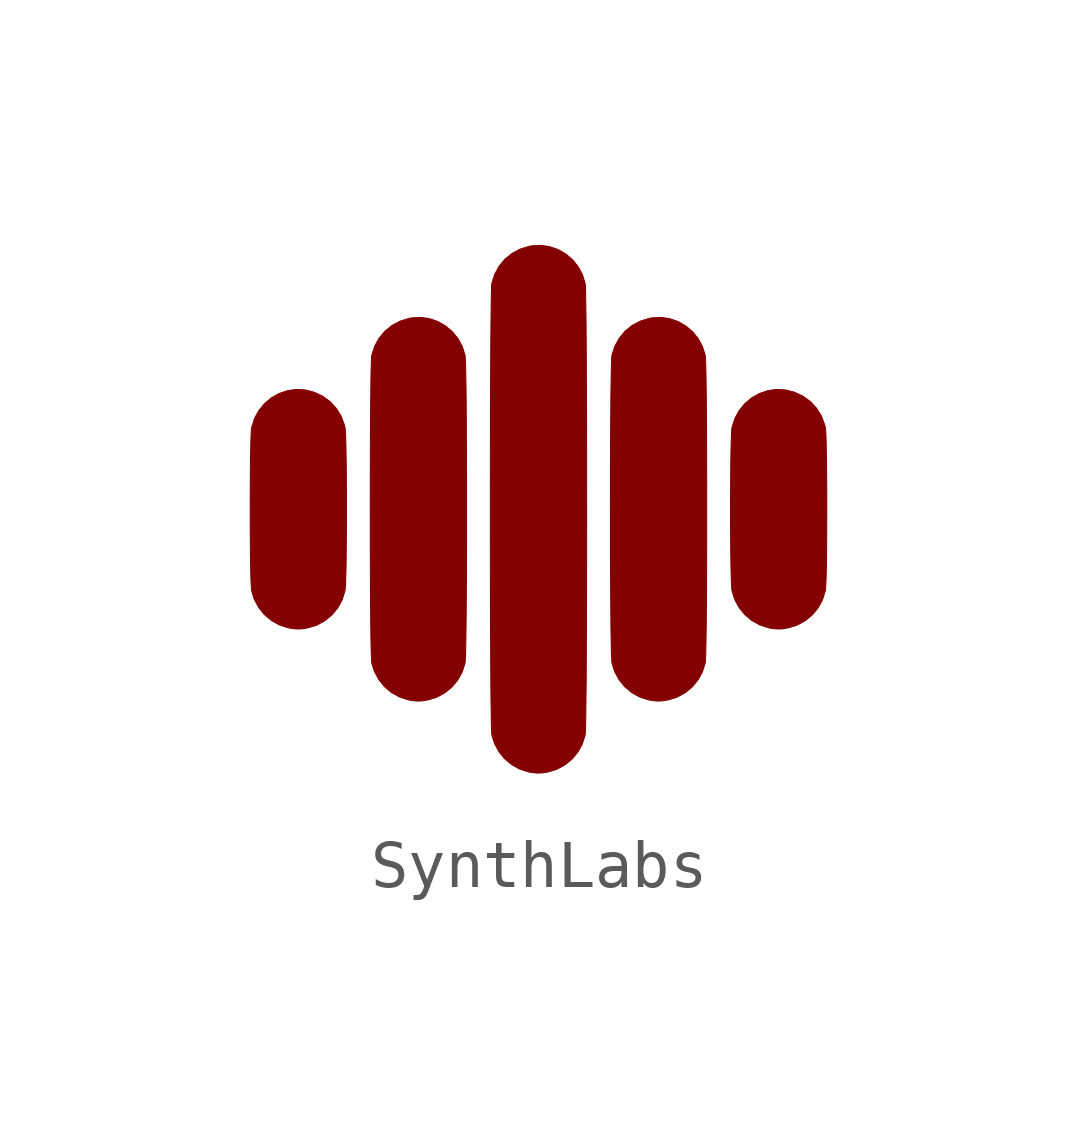
<source format=kicad_sym>
(kicad_symbol_lib
  (version 20211014)
  (generator kicad_symbol_editor)
  (symbol "SynthLabs"
    (pin_names
      (offset 1.016))
    (property "Reference" "#G"
      (at 0 9.365 0)
      (effects (font (size 1.27 1.27)) hide))
    (symbol "SynthLabs_0_0"
      (polyline (pts (xy -4.927 -2.493) (xy -4.798 -2.471) (xy -4.622 -2.417) (xy -4.452 -2.326) (xy -4.303 -2.205) (xy -4.181 -2.058) (xy -4.088 -1.89) (xy -4.029 -1.702) (xy -4.026 -1.68) (xy -4.02 -1.611) (xy -4.015 -1.508) (xy -4.011 -1.376) (xy -4.007 -1.217) (xy -4.004 -1.036) (xy -4.002 -0.836) (xy -4 -0.623) (xy -3.999 -0.398) (xy -3.998 -0.167) (xy -3.998 0.067) (xy -3.998 0.299) (xy -3.999 0.527) (xy -4.001 0.746) (xy -4.003 0.952) (xy -4.006 1.141) (xy -4.009 1.31) (xy -4.013 1.455) (xy -4.018 1.571) (xy -4.023 1.655) (xy -4.029 1.702) (xy -4.041 1.753) (xy -4.109 1.936) (xy -4.21 2.099) (xy -4.338 2.238) (xy -4.492 2.351) (xy -4.668 2.434) (xy -4.86 2.482) (xy -5.047 2.493) (xy -5.231 2.466) (xy -5.405 2.406) (xy -5.565 2.315) (xy -5.705 2.196) (xy -5.823 2.052) (xy -5.913 1.887) (xy -5.971 1.702) (xy -5.975 1.68) (xy -5.98 1.611) (xy -5.985 1.508) (xy -5.989 1.376) (xy -5.993 1.217) (xy -5.996 1.036) (xy -5.998 0.837) (xy -6 0.623) (xy -6.001 0.398) (xy -6.002 0.167) (xy -6.002 -0.067) (xy -6.002 -0.299) (xy -6.001 -0.527) (xy -5.999 -0.746) (xy -5.997 -0.952) (xy -5.994 -1.141) (xy -5.991 -1.31) (xy -5.987 -1.455) (xy -5.982 -1.571) (xy -5.977 -1.655) (xy -5.971 -1.702) (xy -5.917 -1.877) (xy -5.827 -2.046) (xy -5.707 -2.194) (xy -5.562 -2.317) (xy -5.396 -2.41) (xy -5.212 -2.47) (xy -5.162 -2.48) (xy -5.041 -2.495) (xy -4.927 -2.493)) (stroke (width 0.01) (type default) (color 0 0 0 0)) (fill (type outline)))
      (polyline (pts (xy 5.073 -2.493) (xy 5.202 -2.471) (xy 5.378 -2.417) (xy 5.548 -2.326) (xy 5.697 -2.205) (xy 5.819 -2.058) (xy 5.912 -1.89) (xy 5.971 -1.702) (xy 5.974 -1.68) (xy 5.98 -1.611) (xy 5.985 -1.508) (xy 5.989 -1.376) (xy 5.993 -1.217) (xy 5.996 -1.036) (xy 5.998 -0.836) (xy 6 -0.623) (xy 6.001 -0.398) (xy 6.002 -0.167) (xy 6.002 0.067) (xy 6.002 0.299) (xy 6.001 0.527) (xy 5.999 0.746) (xy 5.997 0.952) (xy 5.994 1.141) (xy 5.991 1.31) (xy 5.987 1.455) (xy 5.982 1.571) (xy 5.977 1.655) (xy 5.971 1.702) (xy 5.959 1.753) (xy 5.891 1.936) (xy 5.79 2.099) (xy 5.662 2.238) (xy 5.508 2.351) (xy 5.332 2.434) (xy 5.14 2.482) (xy 4.953 2.493) (xy 4.769 2.466) (xy 4.595 2.406) (xy 4.435 2.315) (xy 4.295 2.196) (xy 4.177 2.052) (xy 4.087 1.887) (xy 4.029 1.702) (xy 4.025 1.68) (xy 4.02 1.611) (xy 4.015 1.508) (xy 4.011 1.376) (xy 4.007 1.217) (xy 4.004 1.036) (xy 4.002 0.837) (xy 4 0.623) (xy 3.999 0.398) (xy 3.998 0.167) (xy 3.998 -0.067) (xy 3.998 -0.299) (xy 3.999 -0.527) (xy 4.001 -0.746) (xy 4.003 -0.952) (xy 4.006 -1.141) (xy 4.009 -1.31) (xy 4.013 -1.455) (xy 4.018 -1.571) (xy 4.023 -1.655) (xy 4.029 -1.702) (xy 4.083 -1.877) (xy 4.173 -2.046) (xy 4.293 -2.194) (xy 4.438 -2.317) (xy 4.604 -2.41) (xy 4.788 -2.47) (xy 4.838 -2.48) (xy 4.959 -2.495) (xy 5.073 -2.493)) (stroke (width 0.01) (type default) (color 0 0 0 0)) (fill (type outline)))
      (polyline (pts (xy -2.427 -3.993) (xy -2.298 -3.971) (xy -2.122 -3.917) (xy -1.952 -3.826) (xy -1.803 -3.705) (xy -1.681 -3.558) (xy -1.588 -3.39) (xy -1.529 -3.202) (xy -1.527 -3.186) (xy -1.523 -3.127) (xy -1.519 -3.031) (xy -1.516 -2.902) (xy -1.512 -2.743) (xy -1.51 -2.556) (xy -1.507 -2.345) (xy -1.505 -2.11) (xy -1.503 -1.857) (xy -1.501 -1.586) (xy -1.5 -1.301) (xy -1.499 -1.005) (xy -1.498 -0.7) (xy -1.498 -0.389) (xy -1.498 -0.074) (xy -1.498 0.241) (xy -1.498 0.554) (xy -1.499 0.862) (xy -1.5 1.163) (xy -1.501 1.454) (xy -1.502 1.731) (xy -1.504 1.993) (xy -1.506 2.237) (xy -1.508 2.46) (xy -1.511 2.659) (xy -1.514 2.831) (xy -1.517 2.975) (xy -1.521 3.086) (xy -1.525 3.163) (xy -1.529 3.203) (xy -1.586 3.384) (xy -1.675 3.55) (xy -1.792 3.694) (xy -1.933 3.813) (xy -2.092 3.905) (xy -2.266 3.966) (xy -2.45 3.992) (xy -2.64 3.982) (xy -2.691 3.973) (xy -2.88 3.915) (xy -3.05 3.825) (xy -3.197 3.705) (xy -3.319 3.559) (xy -3.412 3.39) (xy -3.471 3.203) (xy -3.474 3.186) (xy -3.477 3.127) (xy -3.481 3.031) (xy -3.485 2.902) (xy -3.488 2.743) (xy -3.49 2.557) (xy -3.493 2.345) (xy -3.495 2.11) (xy -3.497 1.857) (xy -3.499 1.586) (xy -3.5 1.301) (xy -3.501 1.005) (xy -3.502 0.7) (xy -3.502 0.389) (xy -3.503 0.074) (xy -3.502 -0.241) (xy -3.502 -0.554) (xy -3.502 -0.862) (xy -3.501 -1.163) (xy -3.499 -1.454) (xy -3.498 -1.731) (xy -3.496 -1.993) (xy -3.494 -2.237) (xy -3.492 -2.46) (xy -3.489 -2.659) (xy -3.486 -2.831) (xy -3.483 -2.974) (xy -3.479 -3.086) (xy -3.475 -3.163) (xy -3.471 -3.202) (xy -3.417 -3.377) (xy -3.327 -3.546) (xy -3.207 -3.694) (xy -3.062 -3.817) (xy -2.896 -3.91) (xy -2.712 -3.97) (xy -2.663 -3.98) (xy -2.541 -3.995) (xy -2.427 -3.993)) (stroke (width 0.01) (type default) (color 0 0 0 0)) (fill (type outline)))
      (polyline (pts (xy 2.573 -3.993) (xy 2.702 -3.971) (xy 2.878 -3.917) (xy 3.048 -3.826) (xy 3.197 -3.705) (xy 3.319 -3.558) (xy 3.412 -3.39) (xy 3.471 -3.202) (xy 3.473 -3.186) (xy 3.477 -3.127) (xy 3.481 -3.031) (xy 3.484 -2.902) (xy 3.487 -2.743) (xy 3.49 -2.556) (xy 3.493 -2.345) (xy 3.495 -2.11) (xy 3.497 -1.857) (xy 3.499 -1.586) (xy 3.5 -1.301) (xy 3.501 -1.005) (xy 3.502 -0.7) (xy 3.502 -0.389) (xy 3.502 -0.074) (xy 3.502 0.241) (xy 3.502 0.554) (xy 3.501 0.862) (xy 3.501 1.163) (xy 3.499 1.454) (xy 3.498 1.731) (xy 3.496 1.993) (xy 3.494 2.237) (xy 3.491 2.46) (xy 3.489 2.659) (xy 3.486 2.831) (xy 3.483 2.975) (xy 3.479 3.086) (xy 3.475 3.163) (xy 3.471 3.203) (xy 3.414 3.384) (xy 3.325 3.55) (xy 3.208 3.694) (xy 3.067 3.813) (xy 2.908 3.905) (xy 2.734 3.966) (xy 2.55 3.992) (xy 2.36 3.982) (xy 2.309 3.973) (xy 2.12 3.915) (xy 1.95 3.825) (xy 1.802 3.705) (xy 1.681 3.559) (xy 1.588 3.39) (xy 1.529 3.203) (xy 1.526 3.186) (xy 1.523 3.127) (xy 1.519 3.031) (xy 1.516 2.902) (xy 1.512 2.743) (xy 1.51 2.557) (xy 1.507 2.345) (xy 1.505 2.11) (xy 1.503 1.857) (xy 1.501 1.586) (xy 1.5 1.301) (xy 1.499 1.005) (xy 1.498 0.7) (xy 1.498 0.389) (xy 1.497 0.074) (xy 1.498 -0.241) (xy 1.498 -0.554) (xy 1.498 -0.862) (xy 1.499 -1.163) (xy 1.501 -1.454) (xy 1.502 -1.731) (xy 1.504 -1.993) (xy 1.506 -2.237) (xy 1.508 -2.46) (xy 1.511 -2.659) (xy 1.514 -2.831) (xy 1.517 -2.974) (xy 1.521 -3.086) (xy 1.525 -3.163) (xy 1.529 -3.202) (xy 1.583 -3.377) (xy 1.673 -3.546) (xy 1.793 -3.694) (xy 1.938 -3.817) (xy 2.104 -3.91) (xy 2.288 -3.97) (xy 2.337 -3.98) (xy 2.459 -3.995) (xy 2.573 -3.993)) (stroke (width 0.01) (type default) (color 0 0 0 0)) (fill (type outline)))
      (polyline (pts (xy 0.073 -5.492) (xy 0.202 -5.471) (xy 0.378 -5.417) (xy 0.548 -5.326) (xy 0.697 -5.205) (xy 0.819 -5.059) (xy 0.912 -4.89) (xy 0.971 -4.702) (xy 0.972 -4.694) (xy 0.976 -4.644) (xy 0.979 -4.558) (xy 0.982 -4.436) (xy 0.985 -4.282) (xy 0.987 -4.098) (xy 0.989 -3.885) (xy 0.992 -3.646) (xy 0.994 -3.384) (xy 0.995 -3.1) (xy 0.997 -2.796) (xy 0.998 -2.475) (xy 0.999 -2.139) (xy 1 -1.791) (xy 1.001 -1.432) (xy 1.002 -1.064) (xy 1.002 -0.69) (xy 1.003 -0.312) (xy 1.003 0.067) (xy 1.002 0.447) (xy 1.002 0.823) (xy 1.002 1.195) (xy 1.001 1.56) (xy 1 1.916) (xy 0.999 2.26) (xy 0.998 2.591) (xy 0.996 2.906) (xy 0.995 3.203) (xy 0.993 3.48) (xy 0.991 3.734) (xy 0.989 3.964) (xy 0.986 4.167) (xy 0.984 4.341) (xy 0.981 4.483) (xy 0.978 4.593) (xy 0.975 4.667) (xy 0.971 4.702) (xy 0.914 4.884) (xy 0.825 5.05) (xy 0.708 5.194) (xy 0.567 5.313) (xy 0.408 5.405) (xy 0.234 5.465) (xy 0.05 5.492) (xy -0.14 5.482) (xy -0.191 5.473) (xy -0.38 5.415) (xy -0.55 5.325) (xy -0.698 5.205) (xy -0.819 5.059) (xy -0.912 4.89) (xy -0.971 4.702) (xy -0.973 4.694) (xy -0.976 4.645) (xy -0.979 4.558) (xy -0.982 4.436) (xy -0.985 4.282) (xy -0.987 4.098) (xy -0.989 3.885) (xy -0.992 3.647) (xy -0.994 3.384) (xy -0.995 3.1) (xy -0.997 2.796) (xy -0.998 2.475) (xy -1 2.14) (xy -1 1.791) (xy -1.001 1.432) (xy -1.002 1.064) (xy -1.002 0.69) (xy -1.003 0.312) (xy -1.003 -0.067) (xy -1.003 -0.447) (xy -1.002 -0.823) (xy -1.002 -1.195) (xy -1.001 -1.56) (xy -1 -1.916) (xy -0.999 -2.26) (xy -0.998 -2.591) (xy -0.996 -2.906) (xy -0.995 -3.203) (xy -0.993 -3.479) (xy -0.991 -3.734) (xy -0.989 -3.964) (xy -0.986 -4.167) (xy -0.984 -4.34) (xy -0.981 -4.483) (xy -0.978 -4.593) (xy -0.975 -4.666) (xy -0.971 -4.702) (xy -0.917 -4.877) (xy -0.827 -5.046) (xy -0.707 -5.194) (xy -0.562 -5.317) (xy -0.396 -5.41) (xy -0.212 -5.47) (xy -0.163 -5.48) (xy -0.041 -5.495) (xy 0.073 -5.492)) (stroke (width 0.01) (type default) (color 0 0 0 0)) (fill (type outline))))))
</source>
